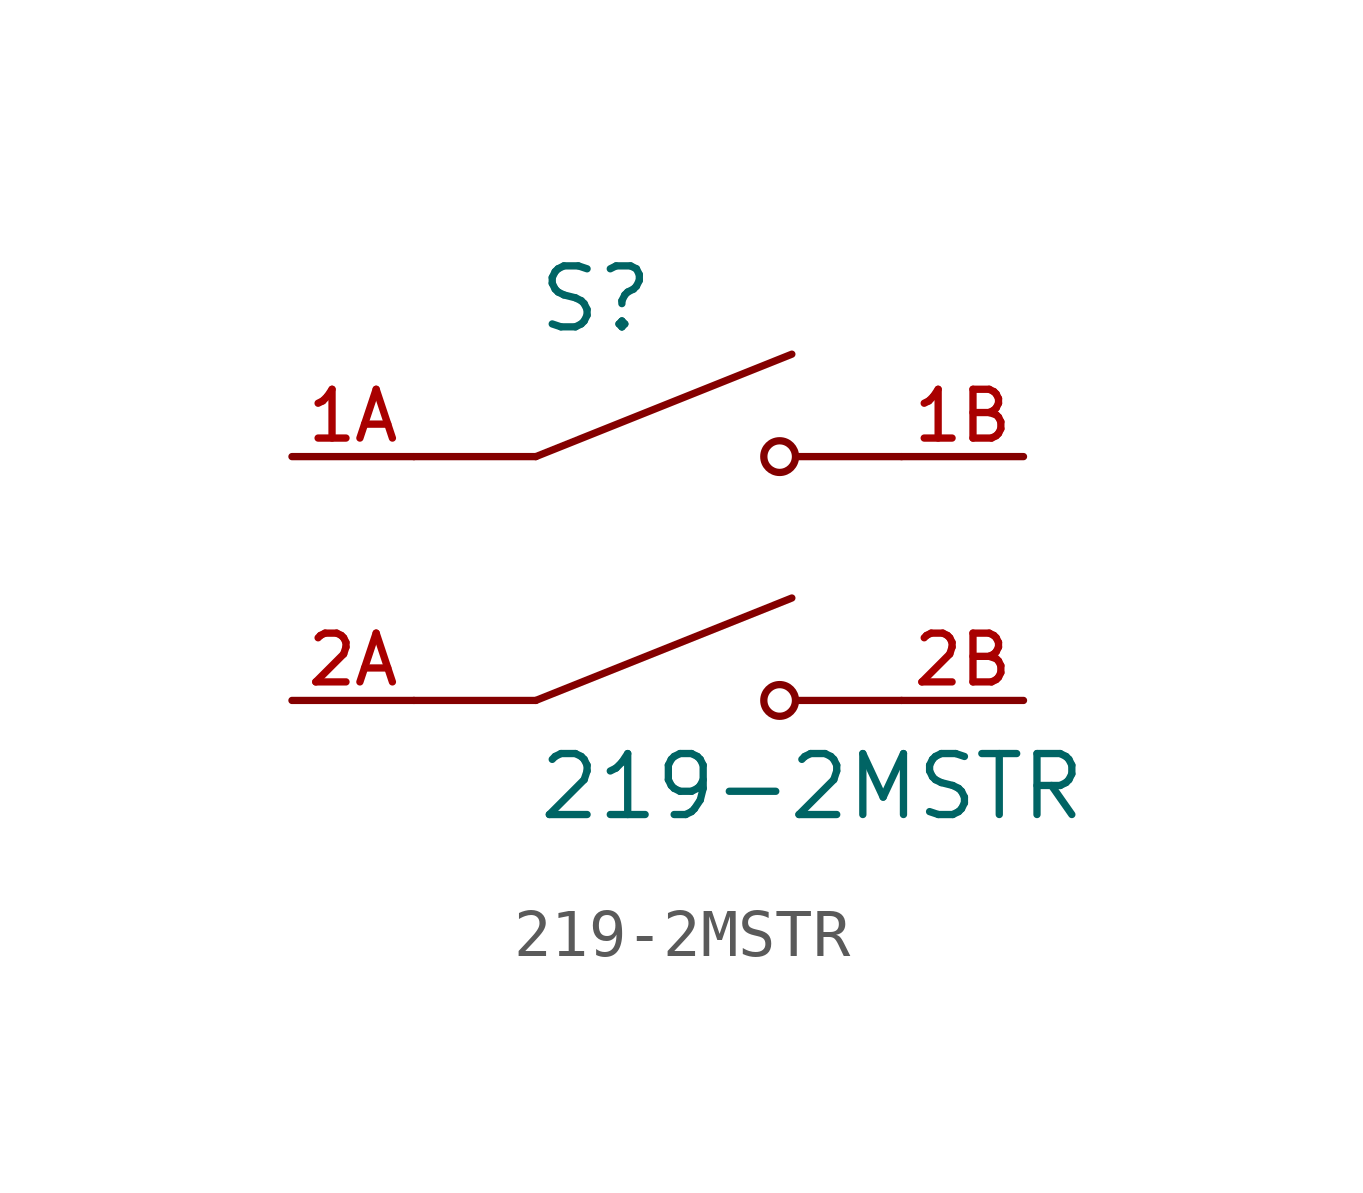
<source format=kicad_sym>
(kicad_symbol_lib
  (version 20220914)
  (generator kicad_symbol_editor)
  (symbol "219-2MSTR"
    (pin_names
      (offset 1.016) hide)
    (property "Reference" "S"
      (at -2.54 5.08 0)
      (effects (font (size 1.27 1.27)) (justify left bottom)))
    (property "Value" "219-2MSTR"
      (at -2.54 -5.08 0)
      (effects (font (size 1.27 1.27)) (justify left bottom)))
    (property "ki_locked" ""
      (at 0 0 0)
      (effects (font (size 1.27 1.27))))
    (symbol "219-2MSTR_0_0"
      (polyline (pts (xy -2.54 -2.54) (xy -5.08 -2.54)) (stroke (width 0.152) (type solid)) (fill (type none)))
      (polyline (pts (xy -2.54 -2.54) (xy 2.794 -0.406)) (stroke (width 0.152) (type solid)) (fill (type none)))
      (polyline (pts (xy -2.54 2.54) (xy -5.08 2.54)) (stroke (width 0.152) (type solid)) (fill (type none)))
      (polyline (pts (xy -2.54 2.54) (xy 2.794 4.674)) (stroke (width 0.152) (type solid)) (fill (type none)))
      (polyline (pts (xy 5.08 -2.54) (xy 2.921 -2.54)) (stroke (width 0.152) (type solid)) (fill (type none)))
      (polyline (pts (xy 5.08 2.54) (xy 2.921 2.54)) (stroke (width 0.152) (type solid)) (fill (type none)))
      (circle (center 2.54 -2.54) (radius 0.33) (stroke (width 0.152) (type solid)) (fill (type none)))
      (circle (center 2.54 2.54) (radius 0.33) (stroke (width 0.152) (type solid)) (fill (type none)))
      (pin passive line (at -7.62 2.54 0) (length 2.54) (name "~" (effects (font (size 1.016 1.016)))) (number "1A" (effects (font (size 1.016 1.016)))))
      (pin passive line (at 7.62 2.54 180) (length 2.54) (name "~" (effects (font (size 1.016 1.016)))) (number "1B" (effects (font (size 1.016 1.016)))))
      (pin passive line (at -7.62 -2.54 0) (length 2.54) (name "~" (effects (font (size 1.016 1.016)))) (number "2A" (effects (font (size 1.016 1.016)))))
      (pin passive line (at 7.62 -2.54 180) (length 2.54) (name "~" (effects (font (size 1.016 1.016)))) (number "2B" (effects (font (size 1.016 1.016))))))))
</source>
